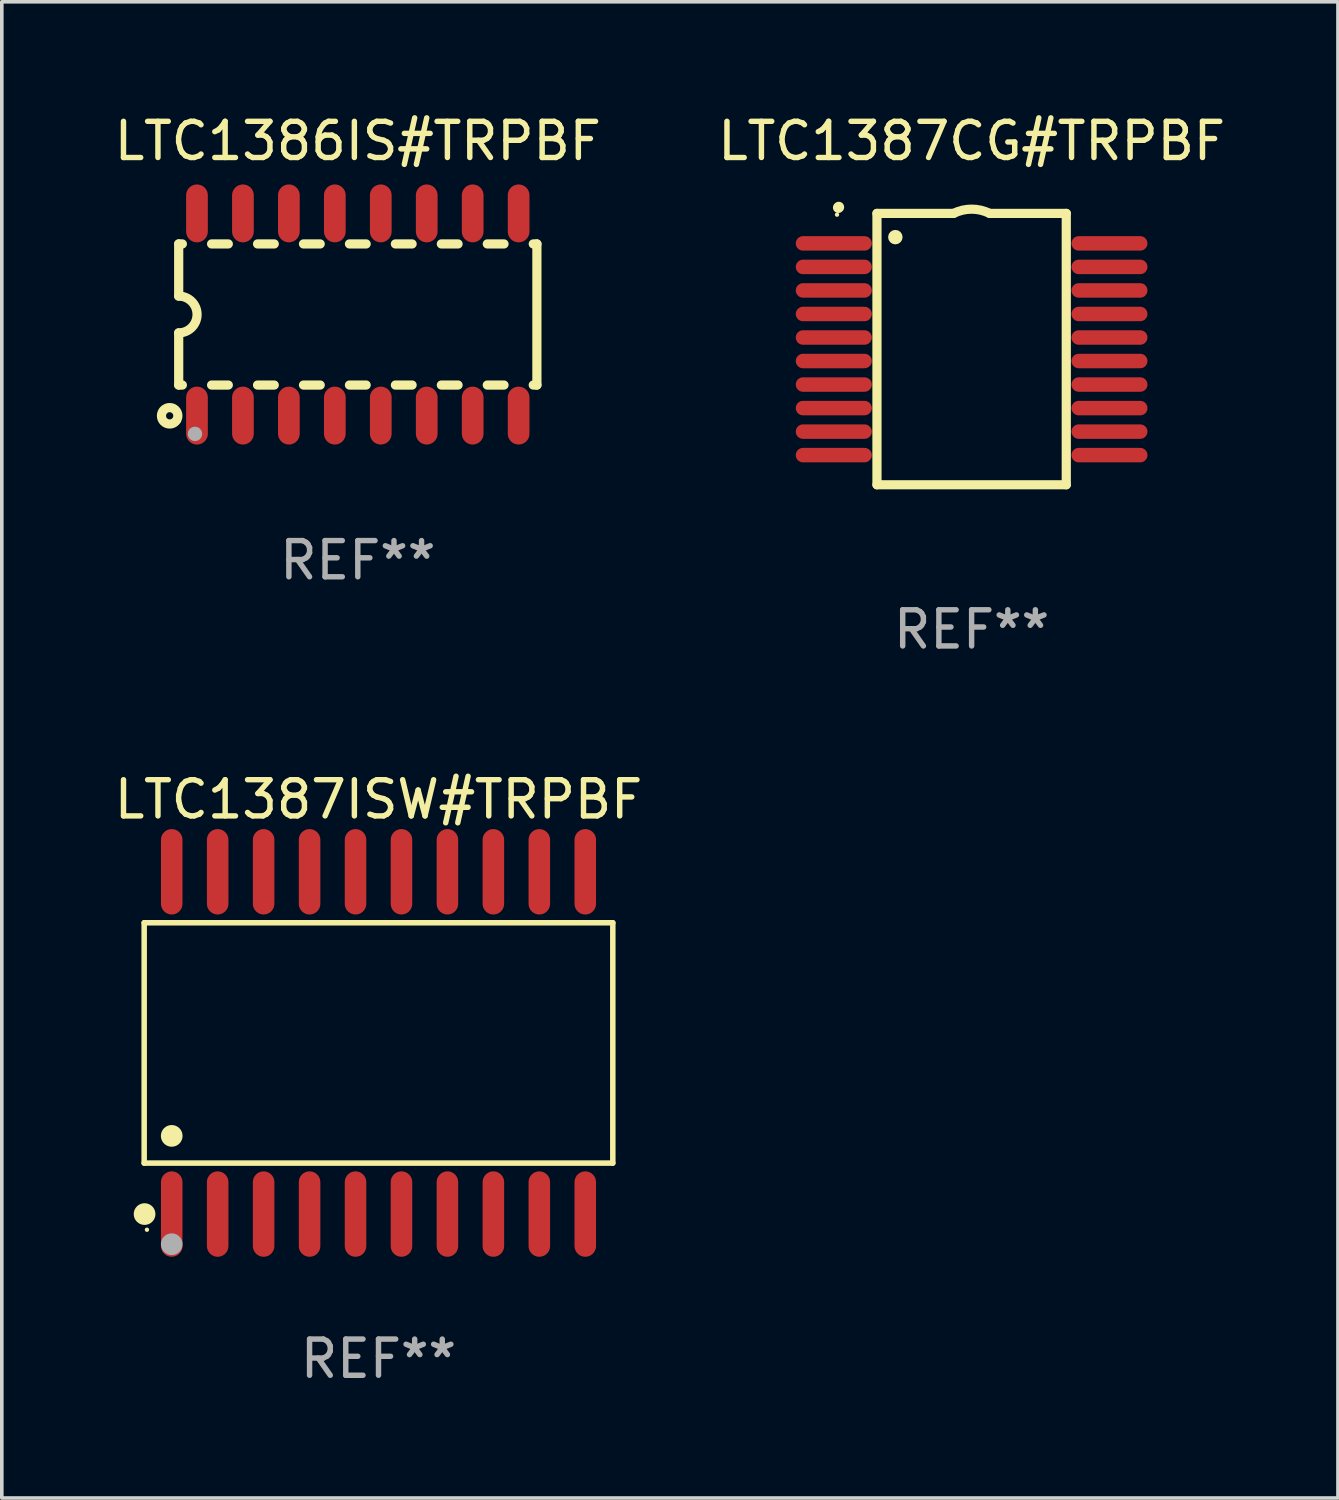
<source format=kicad_pcb>
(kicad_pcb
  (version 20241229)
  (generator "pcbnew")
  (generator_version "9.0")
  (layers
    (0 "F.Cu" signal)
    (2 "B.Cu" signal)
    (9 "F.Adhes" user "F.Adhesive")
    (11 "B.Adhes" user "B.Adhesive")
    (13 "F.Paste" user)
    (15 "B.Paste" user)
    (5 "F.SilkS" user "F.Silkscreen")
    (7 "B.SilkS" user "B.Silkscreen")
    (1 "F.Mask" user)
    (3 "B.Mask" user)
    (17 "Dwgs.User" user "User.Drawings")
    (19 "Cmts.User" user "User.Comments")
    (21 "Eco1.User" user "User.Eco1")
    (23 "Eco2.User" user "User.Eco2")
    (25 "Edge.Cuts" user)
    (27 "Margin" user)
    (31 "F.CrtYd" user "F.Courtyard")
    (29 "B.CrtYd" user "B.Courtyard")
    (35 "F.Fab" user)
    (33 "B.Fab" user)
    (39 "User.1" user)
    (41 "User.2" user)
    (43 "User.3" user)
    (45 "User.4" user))
  (footprint "LTC1386IS#TRPBF"
    (layer "F.Cu")
    (at 6.839 5.642)
    (property "Reference" "LTC1386IS#TRPBF" (at 0 -4.794 0) (layer "F.SilkS") (effects (font (size 1 1) (thickness 0.15))))
    (attr through_hole)
    (fp_line (start -4.95 -1.95) (end -4.95 -0.508) (stroke (width 0.254) (type solid)) (layer "F.SilkS"))
    (fp_line (start -4.95 -1.95) (end -4.849 -1.95) (stroke (width 0.254) (type solid)) (layer "F.SilkS"))
    (fp_line (start -4.95 1.95) (end -4.95 0.508) (stroke (width 0.254) (type solid)) (layer "F.SilkS"))
    (fp_line (start -4.95 1.95) (end -4.849 1.95) (stroke (width 0.254) (type solid)) (layer "F.SilkS"))
    (fp_line (start -4.041 -1.95) (end -3.579 -1.95) (stroke (width 0.254) (type solid)) (layer "F.SilkS"))
    (fp_line (start -4.041 1.95) (end -3.579 1.95) (stroke (width 0.254) (type solid)) (layer "F.SilkS"))
    (fp_line (start -2.771 -1.95) (end -2.309 -1.95) (stroke (width 0.254) (type solid)) (layer "F.SilkS"))
    (fp_line (start -2.771 1.95) (end -2.309 1.95) (stroke (width 0.254) (type solid)) (layer "F.SilkS"))
    (fp_line (start -1.501 -1.95) (end -1.039 -1.95) (stroke (width 0.254) (type solid)) (layer "F.SilkS"))
    (fp_line (start -1.501 1.95) (end -1.039 1.95) (stroke (width 0.254) (type solid)) (layer "F.SilkS"))
    (fp_line (start -0.231 -1.95) (end 0.231 -1.95) (stroke (width 0.254) (type solid)) (layer "F.SilkS"))
    (fp_line (start -0.231 1.95) (end 0.231 1.95) (stroke (width 0.254) (type solid)) (layer "F.SilkS"))
    (fp_line (start 1.039 -1.95) (end 1.501 -1.95) (stroke (width 0.254) (type solid)) (layer "F.SilkS"))
    (fp_line (start 1.039 1.95) (end 1.501 1.95) (stroke (width 0.254) (type solid)) (layer "F.SilkS"))
    (fp_line (start 2.309 -1.95) (end 2.771 -1.95) (stroke (width 0.254) (type solid)) (layer "F.SilkS"))
    (fp_line (start 2.309 1.95) (end 2.771 1.95) (stroke (width 0.254) (type solid)) (layer "F.SilkS"))
    (fp_line (start 3.579 -1.95) (end 4.041 -1.95) (stroke (width 0.254) (type solid)) (layer "F.SilkS"))
    (fp_line (start 3.579 1.95) (end 4.041 1.95) (stroke (width 0.254) (type solid)) (layer "F.SilkS"))
    (fp_line (start 4.849 -1.95) (end 4.95 -1.95) (stroke (width 0.254) (type solid)) (layer "F.SilkS"))
    (fp_line (start 4.849 1.95) (end 4.95 1.95) (stroke (width 0.254) (type solid)) (layer "F.SilkS"))
    (fp_line (start 4.95 -1.95) (end 4.95 1.95) (stroke (width 0.254) (type solid)) (layer "F.SilkS"))
    (fp_arc (start -4.95047 -0.508001) (mid -4.442469 -0.000228) (end -4.950013 0.508001) (stroke (width 0.254001) (type solid)) (layer "F.SilkS"))
    (fp_circle (center -5.2 2.8) (end -5.1 2.8) (stroke (width 0.254) (type solid)) (fill no) (layer "F.SilkS"))
    (fp_circle (center -4.95 2.947) (end -4.92 2.947) (stroke (width 0.06) (type solid)) (fill no) (layer "F.SilkS"))
    (fp_circle (center -4.5 3.3) (end -4.4 3.3) (stroke (width 0.2) (type solid)) (fill no) (layer "F.Fab"))
    (fp_text user "REF**" (at 0 6.794 0) (layer "F.Fab") (effects (font (size 1 1) (thickness 0.15))))
    (pad "1" smd oval (at -4.445 2.794) (size 0.6 1.6) (layers "F.Cu" "F.Mask" "F.Paste"))
    (pad "2" smd oval (at -3.175 2.794) (size 0.6 1.6) (layers "F.Cu" "F.Mask" "F.Paste"))
    (pad "3" smd oval (at -1.905 2.794) (size 0.6 1.6) (layers "F.Cu" "F.Mask" "F.Paste"))
    (pad "4" smd oval (at -0.635 2.794) (size 0.6 1.6) (layers "F.Cu" "F.Mask" "F.Paste"))
    (pad "5" smd oval (at 0.635 2.794) (size 0.6 1.6) (layers "F.Cu" "F.Mask" "F.Paste"))
    (pad "6" smd oval (at 1.905 2.794) (size 0.6 1.6) (layers "F.Cu" "F.Mask" "F.Paste"))
    (pad "7" smd oval (at 3.175 2.794) (size 0.6 1.6) (layers "F.Cu" "F.Mask" "F.Paste"))
    (pad "8" smd oval (at 4.445 2.794) (size 0.6 1.6) (layers "F.Cu" "F.Mask" "F.Paste"))
    (pad "9" smd oval (at 4.445 -2.794) (size 0.6 1.6) (layers "F.Cu" "F.Mask" "F.Paste"))
    (pad "10" smd oval (at 3.175 -2.794) (size 0.6 1.6) (layers "F.Cu" "F.Mask" "F.Paste"))
    (pad "11" smd oval (at 1.905 -2.794) (size 0.6 1.6) (layers "F.Cu" "F.Mask" "F.Paste"))
    (pad "12" smd oval (at 0.635 -2.794) (size 0.6 1.6) (layers "F.Cu" "F.Mask" "F.Paste"))
    (pad "13" smd oval (at -0.635 -2.794) (size 0.6 1.6) (layers "F.Cu" "F.Mask" "F.Paste"))
    (pad "14" smd oval (at -1.905 -2.794) (size 0.6 1.6) (layers "F.Cu" "F.Mask" "F.Paste"))
    (pad "15" smd oval (at -3.175 -2.794) (size 0.6 1.6) (layers "F.Cu" "F.Mask" "F.Paste"))
    (pad "16" smd oval (at -4.445 -2.794) (size 0.6 1.6) (layers "F.Cu" "F.Mask" "F.Paste")))
  (footprint "LTC1387CG#TRPBF"
    (layer "F.Cu")
    (at 23.804 6.598)
    (property "Reference" "LTC1387CG#TRPBF" (at 0 -5.75 0) (layer "F.SilkS") (effects (font (size 1 1) (thickness 0.15))))
    (attr through_hole)
    (fp_line (start -2.616 -3.75) (end -0.5 -3.75) (stroke (width 0.254) (type solid)) (layer "F.SilkS"))
    (fp_line (start -2.616 3.75) (end -2.616 -3.75) (stroke (width 0.254) (type solid)) (layer "F.SilkS"))
    (fp_line (start 0.5 -3.75) (end 2.616 -3.75) (stroke (width 0.254) (type solid)) (layer "F.SilkS"))
    (fp_line (start 2.616 -3.75) (end 2.616 3.75) (stroke (width 0.254) (type solid)) (layer "F.SilkS"))
    (fp_line (start 2.616 3.75) (end -2.616 3.75) (stroke (width 0.254) (type solid)) (layer "F.SilkS"))
    (fp_arc (start -3.683109 -3.911608) (mid -3.678201 -3.91686) (end -3.672949 -3.921768) (stroke (width 0.3) (type solid)) (layer "F.SilkS"))
    (fp_arc (start -0.500483 -3.749047) (mid -0.000102 -3.867211) (end 0.500279 -3.749047) (stroke (width 0.254001) (type solid)) (layer "F.SilkS"))
    (fp_circle (center -3.72 -3.715) (end -3.69 -3.715) (stroke (width 0.06) (type solid)) (fill no) (layer "F.SilkS"))
    (fp_circle (center -2.108 -3.094) (end -2.008 -3.094) (stroke (width 0.2) (type solid)) (fill no) (layer "F.SilkS"))
    (fp_text user "REF**" (at 0 7.75 0) (layer "F.Fab") (effects (font (size 1 1) (thickness 0.15))))
    (pad "1" smd oval (at -3.81 -2.921 90) (size 0.4 2.1) (layers "F.Cu" "F.Mask" "F.Paste"))
    (pad "2" smd oval (at -3.81 -2.271 90) (size 0.4 2.1) (layers "F.Cu" "F.Mask" "F.Paste"))
    (pad "3" smd oval (at -3.81 -1.621 90) (size 0.4 2.1) (layers "F.Cu" "F.Mask" "F.Paste"))
    (pad "4" smd oval (at -3.81 -0.97 90) (size 0.4 2.1) (layers "F.Cu" "F.Mask" "F.Paste"))
    (pad "5" smd oval (at -3.81 -0.32 90) (size 0.4 2.1) (layers "F.Cu" "F.Mask" "F.Paste"))
    (pad "6" smd oval (at -3.81 0.33 90) (size 0.4 2.1) (layers "F.Cu" "F.Mask" "F.Paste"))
    (pad "7" smd oval (at -3.81 0.98 90) (size 0.4 2.1) (layers "F.Cu" "F.Mask" "F.Paste"))
    (pad "8" smd oval (at -3.81 1.631 90) (size 0.4 2.1) (layers "F.Cu" "F.Mask" "F.Paste"))
    (pad "9" smd oval (at -3.81 2.281 90) (size 0.4 2.1) (layers "F.Cu" "F.Mask" "F.Paste"))
    (pad "10" smd oval (at -3.81 2.931 90) (size 0.4 2.1) (layers "F.Cu" "F.Mask" "F.Paste"))
    (pad "11" smd oval (at 3.81 2.931 90) (size 0.4 2.1) (layers "F.Cu" "F.Mask" "F.Paste"))
    (pad "12" smd oval (at 3.81 2.281 90) (size 0.4 2.1) (layers "F.Cu" "F.Mask" "F.Paste"))
    (pad "13" smd oval (at 3.81 1.631 90) (size 0.4 2.1) (layers "F.Cu" "F.Mask" "F.Paste"))
    (pad "14" smd oval (at 3.81 0.98 90) (size 0.4 2.1) (layers "F.Cu" "F.Mask" "F.Paste"))
    (pad "15" smd oval (at 3.81 0.33 90) (size 0.4 2.1) (layers "F.Cu" "F.Mask" "F.Paste"))
    (pad "16" smd oval (at 3.81 -0.32 90) (size 0.4 2.1) (layers "F.Cu" "F.Mask" "F.Paste"))
    (pad "17" smd oval (at 3.81 -0.97 90) (size 0.4 2.1) (layers "F.Cu" "F.Mask" "F.Paste"))
    (pad "18" smd oval (at 3.81 -1.621 90) (size 0.4 2.1) (layers "F.Cu" "F.Mask" "F.Paste"))
    (pad "19" smd oval (at 3.81 -2.271 90) (size 0.4 2.1) (layers "F.Cu" "F.Mask" "F.Paste"))
    (pad "20" smd oval (at 3.81 -2.921 90) (size 0.4 2.1) (layers "F.Cu" "F.Mask" "F.Paste")))
  (footprint "LTC1387ISW#TRPBF"
    (layer "F.Cu")
    (at 7.411 25.775)
    (property "Reference" "LTC1387ISW#TRPBF" (at 0 -6.73 0) (layer "F.SilkS") (effects (font (size 1 1) (thickness 0.15))))
    (attr through_hole)
    (fp_line (start -6.476 -3.321) (end 6.476 -3.321) (stroke (width 0.152) (type solid)) (layer "F.SilkS"))
    (fp_line (start -6.476 3.321) (end -6.476 -3.321) (stroke (width 0.152) (type solid)) (layer "F.SilkS"))
    (fp_line (start 6.476 -3.321) (end 6.476 3.321) (stroke (width 0.152) (type solid)) (layer "F.SilkS"))
    (fp_line (start 6.476 3.321) (end -6.476 3.321) (stroke (width 0.152) (type solid)) (layer "F.SilkS"))
    (fp_circle (center -6.465 4.73) (end -6.315 4.73) (stroke (width 0.3) (type solid)) (fill no) (layer "F.SilkS"))
    (fp_circle (center -6.4 5.163) (end -6.37 5.163) (stroke (width 0.06) (type solid)) (fill no) (layer "F.SilkS"))
    (fp_circle (center -5.715 2.569) (end -5.565 2.569) (stroke (width 0.3) (type solid)) (fill no) (layer "F.SilkS"))
    (fp_circle (center -5.715 5.563) (end -5.565 5.563) (stroke (width 0.3) (type solid)) (fill no) (layer "F.Fab"))
    (fp_text user "REF**" (at 0 8.73 0) (layer "F.Fab") (effects (font (size 1 1) (thickness 0.15))))
    (pad "1" smd oval (at -5.715 4.73) (size 0.595 2.36) (layers "F.Cu" "F.Mask" "F.Paste"))
    (pad "2" smd oval (at -4.445 4.73) (size 0.595 2.36) (layers "F.Cu" "F.Mask" "F.Paste"))
    (pad "3" smd oval (at -3.175 4.73) (size 0.595 2.36) (layers "F.Cu" "F.Mask" "F.Paste"))
    (pad "4" smd oval (at -1.905 4.73) (size 0.595 2.36) (layers "F.Cu" "F.Mask" "F.Paste"))
    (pad "5" smd oval (at -0.635 4.73) (size 0.595 2.36) (layers "F.Cu" "F.Mask" "F.Paste"))
    (pad "6" smd oval (at 0.635 4.73) (size 0.595 2.36) (layers "F.Cu" "F.Mask" "F.Paste"))
    (pad "7" smd oval (at 1.905 4.73) (size 0.595 2.36) (layers "F.Cu" "F.Mask" "F.Paste"))
    (pad "8" smd oval (at 3.175 4.73) (size 0.595 2.36) (layers "F.Cu" "F.Mask" "F.Paste"))
    (pad "9" smd oval (at 4.445 4.73) (size 0.595 2.36) (layers "F.Cu" "F.Mask" "F.Paste"))
    (pad "10" smd oval (at 5.715 4.73) (size 0.595 2.36) (layers "F.Cu" "F.Mask" "F.Paste"))
    (pad "11" smd oval (at 5.715 -4.73) (size 0.595 2.36) (layers "F.Cu" "F.Mask" "F.Paste"))
    (pad "12" smd oval (at 4.445 -4.73) (size 0.595 2.36) (layers "F.Cu" "F.Mask" "F.Paste"))
    (pad "13" smd oval (at 3.175 -4.73) (size 0.595 2.36) (layers "F.Cu" "F.Mask" "F.Paste"))
    (pad "14" smd oval (at 1.905 -4.73) (size 0.595 2.36) (layers "F.Cu" "F.Mask" "F.Paste"))
    (pad "15" smd oval (at 0.635 -4.73) (size 0.595 2.36) (layers "F.Cu" "F.Mask" "F.Paste"))
    (pad "16" smd oval (at -0.635 -4.73) (size 0.595 2.36) (layers "F.Cu" "F.Mask" "F.Paste"))
    (pad "17" smd oval (at -1.905 -4.73) (size 0.595 2.36) (layers "F.Cu" "F.Mask" "F.Paste"))
    (pad "18" smd oval (at -3.175 -4.73) (size 0.595 2.36) (layers "F.Cu" "F.Mask" "F.Paste"))
    (pad "19" smd oval (at -4.445 -4.73) (size 0.595 2.36) (layers "F.Cu" "F.Mask" "F.Paste"))
    (pad "20" smd oval (at -5.715 -4.73) (size 0.595 2.36) (layers "F.Cu" "F.Mask" "F.Paste")))
  (gr_rect
    (start -3 -3)
    (end 33.929 38.353)
    (stroke (width 0.1) (type default))
    (fill no)
    (layer "Edge.Cuts")))
</source>
